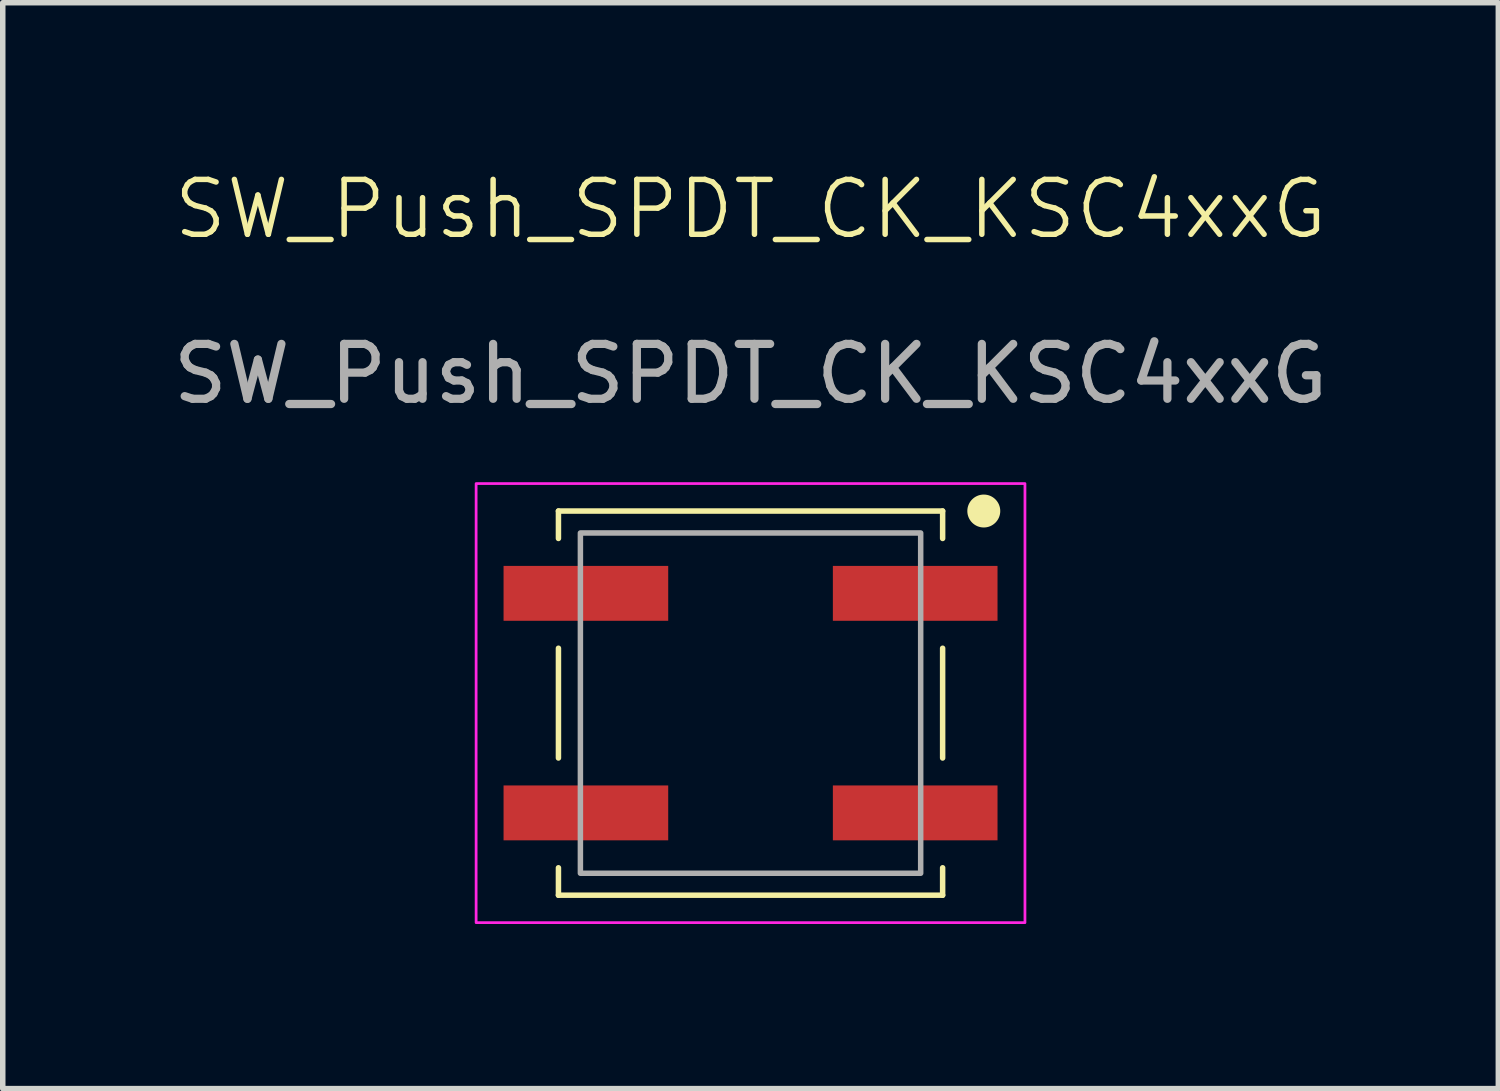
<source format=kicad_pcb>
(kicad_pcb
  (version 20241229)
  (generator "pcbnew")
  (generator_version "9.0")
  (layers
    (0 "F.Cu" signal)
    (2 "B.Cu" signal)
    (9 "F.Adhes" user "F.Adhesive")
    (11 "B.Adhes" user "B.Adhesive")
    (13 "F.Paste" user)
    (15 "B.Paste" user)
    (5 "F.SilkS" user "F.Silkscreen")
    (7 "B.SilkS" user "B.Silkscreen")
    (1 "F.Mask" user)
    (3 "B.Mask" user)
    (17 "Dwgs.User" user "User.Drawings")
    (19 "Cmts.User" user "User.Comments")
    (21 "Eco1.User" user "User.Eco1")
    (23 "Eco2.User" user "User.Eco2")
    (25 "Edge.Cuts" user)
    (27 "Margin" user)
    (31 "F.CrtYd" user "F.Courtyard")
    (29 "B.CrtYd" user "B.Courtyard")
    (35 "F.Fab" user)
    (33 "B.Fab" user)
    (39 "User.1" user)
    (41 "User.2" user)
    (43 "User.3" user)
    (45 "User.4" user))
  (footprint "SW_Push_SPDT_CK_KSC4xxG"
    (layer "F.Cu")
    (at 10.625 9.761)
    (property "Reference" "SW_Push_SPDT_CK_KSC4xxG" (at 0 -9 0) (unlocked yes) (layer "F.SilkS") (effects (font (size 1 1) (thickness 0.1))))
    (attr smd)
    (fp_line (start -3.5 -3.5) (end -3.5 -3) (stroke (width 0.1) (type default)) (layer "F.SilkS"))
    (fp_line (start -3.5 -1) (end -3.5 1) (stroke (width 0.1) (type default)) (layer "F.SilkS"))
    (fp_line (start -3.5 3) (end -3.5 3.5) (stroke (width 0.1) (type default)) (layer "F.SilkS"))
    (fp_line (start -3.5 3.5) (end 3.5 3.5) (stroke (width 0.1) (type default)) (layer "F.SilkS"))
    (fp_line (start 3.5 -3.5) (end -3.5 -3.5) (stroke (width 0.1) (type default)) (layer "F.SilkS"))
    (fp_line (start 3.5 -3) (end 3.5 -3.5) (stroke (width 0.1) (type default)) (layer "F.SilkS"))
    (fp_line (start 3.5 -1) (end 3.5 1) (stroke (width 0.1) (type default)) (layer "F.SilkS"))
    (fp_line (start 3.5 3.5) (end 3.5 3) (stroke (width 0.1) (type default)) (layer "F.SilkS"))
    (fp_circle (center 4.25 -3.5) (end 4.5 -3.5) (stroke (width 0.1) (type solid)) (fill yes) (layer "F.SilkS"))
    (fp_rect (start -5 -4) (end 5 4) (stroke (width 0.05) (type default)) (fill no) (layer "F.CrtYd"))
    (fp_rect (start -3.1 -3.1) (end 3.1 3.1) (stroke (width 0.1) (type default)) (fill no) (layer "F.Fab"))
    (fp_text user "${REFERENCE}" (at 0 -6 0) (unlocked yes) (layer "F.Fab") (effects (font (size 1 1) (thickness 0.15))))
    (pad "1" smd rect (at 3 -2) (size 3 1) (layers "F.Cu" "F.Mask" "F.Paste"))
    (pad "2" smd rect (at -3 -2) (size 3 1) (layers "F.Cu" "F.Mask" "F.Paste"))
    (pad "3" smd rect (at -3 2) (size 3 1) (layers "F.Cu" "F.Mask" "F.Paste"))
    (pad "3" smd rect (at 3 2) (size 3 1) (layers "F.Cu" "F.Mask" "F.Paste")))
  (gr_rect
    (start -3 -3)
    (end 24.25 16.785)
    (stroke (width 0.1) (type default))
    (fill no)
    (layer "Edge.Cuts")))
</source>
